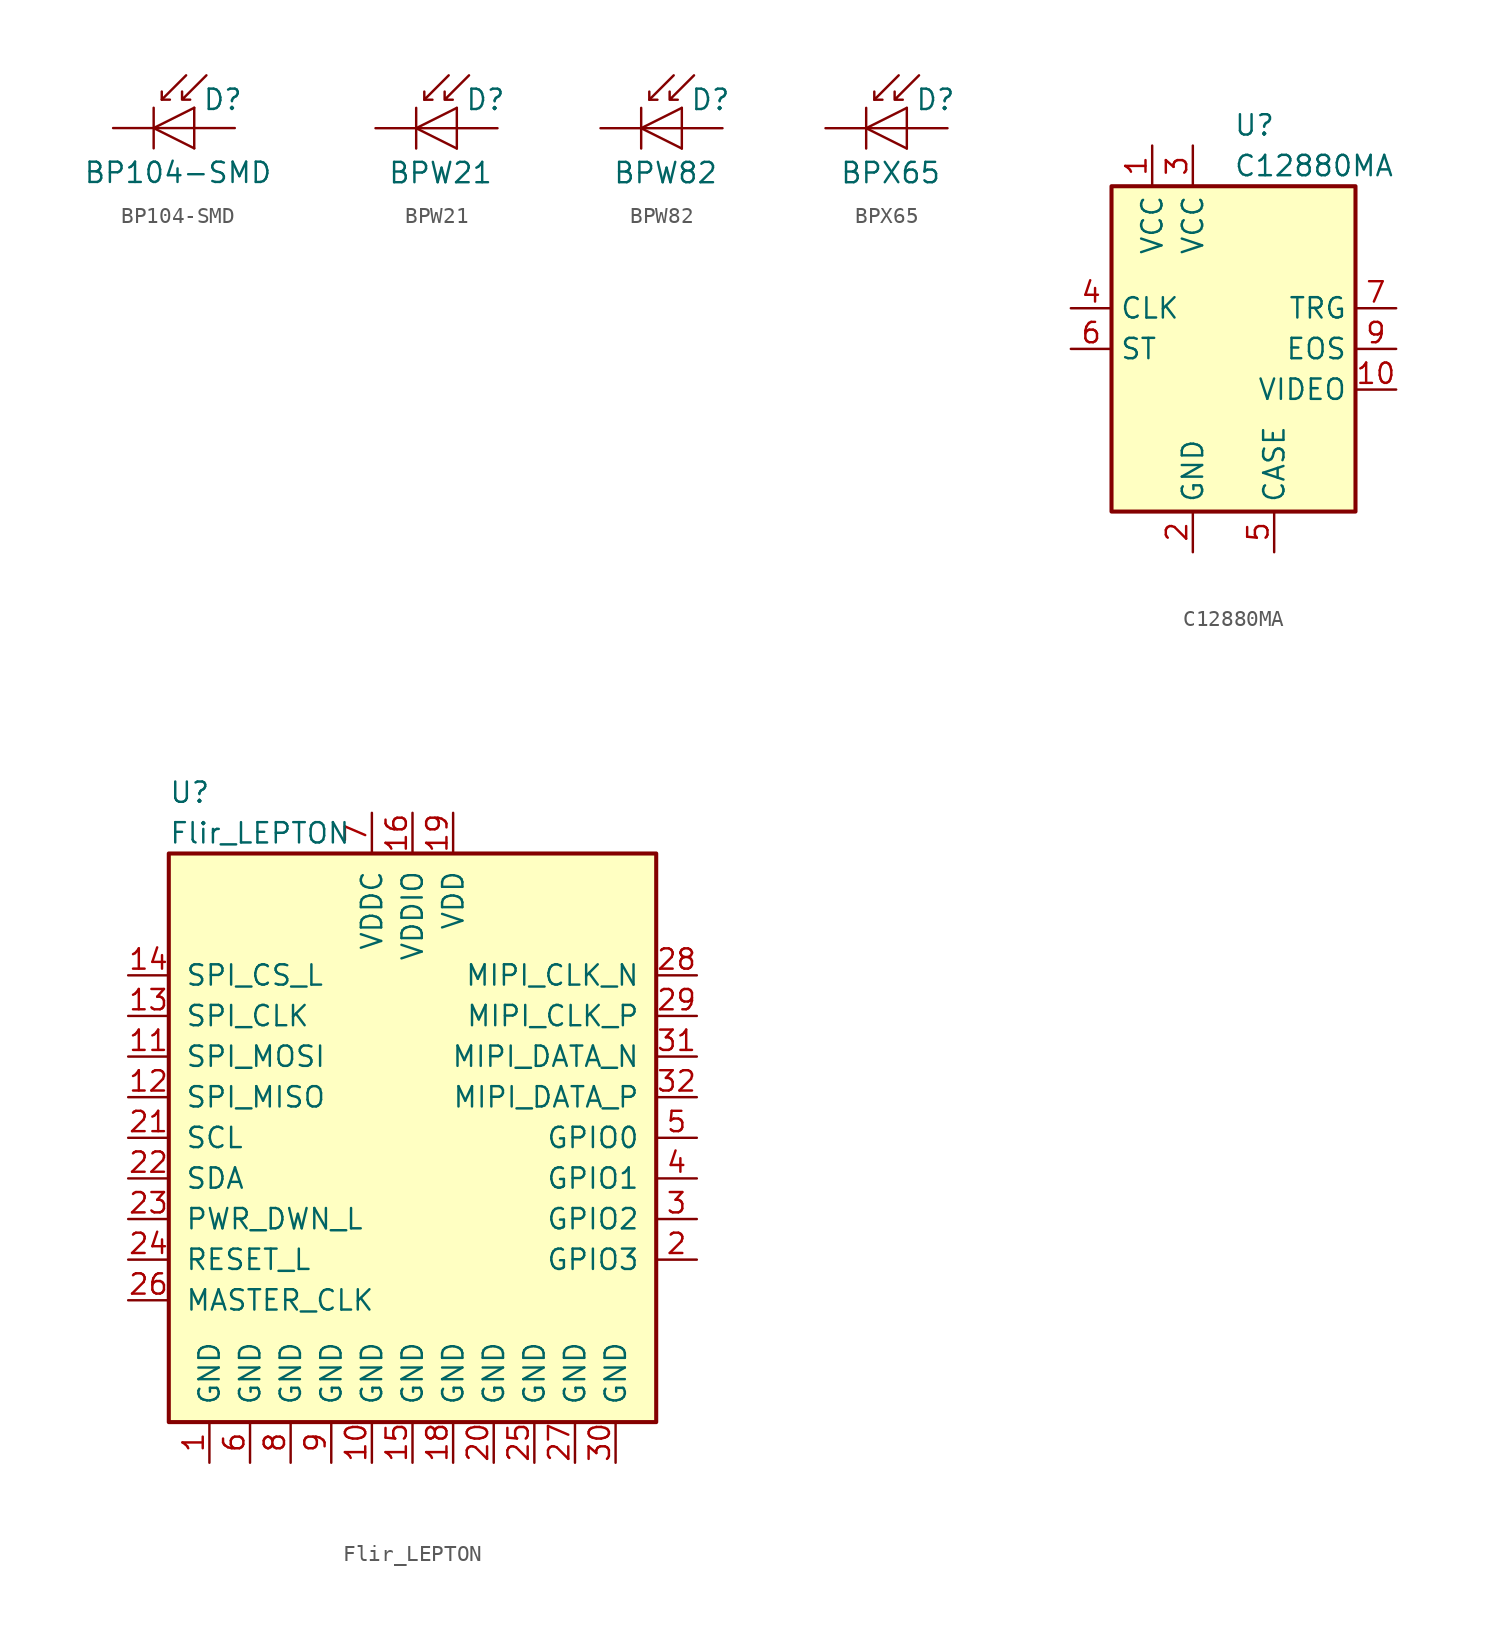
<source format=kicad_sym>
(kicad_symbol_lib
  (version 20231120)
  (generator "kicad_symbol_editor")
  (generator_version "8.0")
  (symbol "BP104-SMD"
    (pin_numbers hide)
    (pin_names
      (offset 1.016) hide)
    (property "Reference" "D"
      (at 0.508 1.778 0)
      (effects (font (size 1.27 1.27)) (justify left)))
    (property "Value" "BP104-SMD"
      (at -1.016 -2.794 0)
      (effects (font (size 1.27 1.27))))
    (symbol "BP104-SMD_0_1"
      (polyline (pts (xy -2.54 1.27) (xy -2.54 -1.27)) (stroke (width 0.152) (type default)) (fill (type none)))
      (polyline (pts (xy -2.032 1.778) (xy -1.524 1.778)) (stroke (width 0) (type default)) (fill (type none)))
      (polyline (pts (xy 0 -1.27) (xy 0 1.27)) (stroke (width 0) (type default)) (fill (type none)))
      (polyline (pts (xy 0 0) (xy -2.54 0)) (stroke (width 0) (type default)) (fill (type none)))
      (polyline (pts (xy -0.508 3.302) (xy -2.032 1.778) (xy -2.032 2.286)) (stroke (width 0) (type default)) (fill (type none)))
      (polyline (pts (xy 0 1.27) (xy -2.54 0) (xy 0 -1.27)) (stroke (width 0) (type default)) (fill (type none)))
      (polyline (pts (xy 0.762 3.302) (xy -0.762 1.778) (xy -0.762 2.286) (xy -0.762 1.778) (xy -0.254 1.778)) (stroke (width 0) (type default)) (fill (type none))))
    (symbol "BP104-SMD_1_1"
      (pin passive line (at -5.08 0 0) (length 2.54) (name "K" (effects (font (size 1.27 1.27)))) (number "1" (effects (font (size 1.27 1.27)))))
      (pin passive line (at 2.54 0 180) (length 2.54) (name "A" (effects (font (size 1.27 1.27)))) (number "2" (effects (font (size 1.27 1.27)))))))
  (symbol "BPW21"
    (pin_numbers hide)
    (pin_names hide)
    (property "Reference" "D"
      (at 0.508 1.778 0)
      (effects (font (size 1.27 1.27)) (justify left)))
    (property "Value" "BPW21"
      (at -1.016 -2.794 0)
      (effects (font (size 1.27 1.27))))
    (symbol "BPW21_0_1"
      (polyline (pts (xy -2.54 1.27) (xy -2.54 -1.27)) (stroke (width 0.152) (type default)) (fill (type none)))
      (polyline (pts (xy -2.032 1.778) (xy -1.524 1.778)) (stroke (width 0) (type default)) (fill (type none)))
      (polyline (pts (xy 0 0) (xy -2.54 0)) (stroke (width 0) (type default)) (fill (type none)))
      (polyline (pts (xy 0 1.27) (xy 0 -1.27)) (stroke (width 0) (type default)) (fill (type none)))
      (polyline (pts (xy -0.508 3.302) (xy -2.032 1.778) (xy -2.032 2.286)) (stroke (width 0) (type default)) (fill (type none)))
      (polyline (pts (xy 0 1.27) (xy -2.54 0) (xy 0 -1.27)) (stroke (width 0) (type default)) (fill (type none)))
      (polyline (pts (xy 0.762 3.302) (xy -0.762 1.778) (xy -0.762 2.286) (xy -0.762 1.778) (xy -0.254 1.778)) (stroke (width 0) (type default)) (fill (type none))))
    (symbol "BPW21_1_1"
      (pin passive line (at 2.54 0 180) (length 2.54) (name "A" (effects (font (size 1.27 1.27)))) (number "1" (effects (font (size 1.27 1.27)))))
      (pin passive line (at -5.08 0 0) (length 2.54) (name "K" (effects (font (size 1.27 1.27)))) (number "2" (effects (font (size 1.27 1.27)))))))
  (symbol "BPW82"
    (pin_numbers hide)
    (pin_names hide)
    (property "Reference" "D"
      (at 0.508 1.778 0)
      (effects (font (size 1.27 1.27)) (justify left)))
    (property "Value" "BPW82"
      (at -1.016 -2.794 0)
      (effects (font (size 1.27 1.27))))
    (symbol "BPW82_0_1"
      (polyline (pts (xy -2.54 1.27) (xy -2.54 -1.27)) (stroke (width 0.152) (type default)) (fill (type none)))
      (polyline (pts (xy -2.032 1.778) (xy -1.524 1.778)) (stroke (width 0) (type default)) (fill (type none)))
      (polyline (pts (xy 0 0) (xy -2.54 0)) (stroke (width 0) (type default)) (fill (type none)))
      (polyline (pts (xy 0 1.27) (xy 0 -1.27)) (stroke (width 0) (type default)) (fill (type none)))
      (polyline (pts (xy -0.508 3.302) (xy -2.032 1.778) (xy -2.032 2.286)) (stroke (width 0) (type default)) (fill (type none)))
      (polyline (pts (xy 0 1.27) (xy -2.54 0) (xy 0 -1.27)) (stroke (width 0) (type default)) (fill (type none)))
      (polyline (pts (xy 0.762 3.302) (xy -0.762 1.778) (xy -0.762 2.286) (xy -0.762 1.778) (xy -0.254 1.778)) (stroke (width 0) (type default)) (fill (type none))))
    (symbol "BPW82_1_1"
      (pin passive line (at -5.08 0 0) (length 2.54) (name "K" (effects (font (size 1.27 1.27)))) (number "1" (effects (font (size 1.27 1.27)))))
      (pin passive line (at 2.54 0 180) (length 2.54) (name "A" (effects (font (size 1.27 1.27)))) (number "2" (effects (font (size 1.27 1.27)))))))
  (symbol "BPX65"
    (pin_numbers hide)
    (pin_names
      (offset 1.016) hide)
    (property "Reference" "D"
      (at 0.508 1.778 0)
      (effects (font (size 1.27 1.27)) (justify left)))
    (property "Value" "BPX65"
      (at -1.016 -2.794 0)
      (effects (font (size 1.27 1.27))))
    (symbol "BPX65_0_1"
      (polyline (pts (xy -2.54 1.27) (xy -2.54 -1.27)) (stroke (width 0.152) (type default)) (fill (type none)))
      (polyline (pts (xy -2.032 1.778) (xy -1.524 1.778)) (stroke (width 0) (type default)) (fill (type none)))
      (polyline (pts (xy 0 -1.27) (xy 0 1.27)) (stroke (width 0) (type default)) (fill (type none)))
      (polyline (pts (xy 0 0) (xy -2.54 0)) (stroke (width 0) (type default)) (fill (type none)))
      (polyline (pts (xy -0.508 3.302) (xy -2.032 1.778) (xy -2.032 2.286)) (stroke (width 0) (type default)) (fill (type none)))
      (polyline (pts (xy 0 1.27) (xy -2.54 0) (xy 0 -1.27)) (stroke (width 0) (type default)) (fill (type none)))
      (polyline (pts (xy 0.762 3.302) (xy -0.762 1.778) (xy -0.762 2.286) (xy -0.762 1.778) (xy -0.254 1.778)) (stroke (width 0) (type default)) (fill (type none))))
    (symbol "BPX65_1_1"
      (pin passive line (at -5.08 0 0) (length 2.54) (name "K" (effects (font (size 1.27 1.27)))) (number "1" (effects (font (size 1.27 1.27)))))
      (pin passive line (at 2.54 0 180) (length 2.54) (name "A" (effects (font (size 1.27 1.27)))) (number "2" (effects (font (size 1.27 1.27)))))))
  (symbol "C12880MA"
    (property "Reference" "U"
      (at 0 13.97 0)
      (effects (font (size 1.27 1.27)) (justify left)))
    (property "Value" "C12880MA"
      (at 0 11.43 0)
      (effects (font (size 1.27 1.27)) (justify left)))
    (symbol "C12880MA_0_1"
      (rectangle (start -7.62 10.16) (end 7.62 -10.16) (stroke (width 0.254) (type default)) (fill (type background))))
    (symbol "C12880MA_1_1"
      (pin power_in line (at -5.08 12.7 270) (length 2.54) (name "VCC" (effects (font (size 1.27 1.27)))) (number "1" (effects (font (size 1.27 1.27)))))
      (pin output line (at 10.16 -2.54 180) (length 2.54) (name "VIDEO" (effects (font (size 1.27 1.27)))) (number "10" (effects (font (size 1.27 1.27)))))
      (pin power_in line (at -2.54 -12.7 90) (length 2.54) (name "GND" (effects (font (size 1.27 1.27)))) (number "2" (effects (font (size 1.27 1.27)))))
      (pin power_in line (at -2.54 12.7 270) (length 2.54) (name "VCC" (effects (font (size 1.27 1.27)))) (number "3" (effects (font (size 1.27 1.27)))))
      (pin input line (at -10.16 2.54 0) (length 2.54) (name "CLK" (effects (font (size 1.27 1.27)))) (number "4" (effects (font (size 1.27 1.27)))))
      (pin passive line (at 2.54 -12.7 90) (length 2.54) (name "CASE" (effects (font (size 1.27 1.27)))) (number "5" (effects (font (size 1.27 1.27)))))
      (pin input line (at -10.16 0 0) (length 2.54) (name "ST" (effects (font (size 1.27 1.27)))) (number "6" (effects (font (size 1.27 1.27)))))
      (pin output line (at 10.16 2.54 180) (length 2.54) (name "TRG" (effects (font (size 1.27 1.27)))) (number "7" (effects (font (size 1.27 1.27)))))
      (pin no_connect line (at -7.62 -2.54 0) (length 2.54) hide (name "NC" (effects (font (size 1.27 1.27)))) (number "8" (effects (font (size 1.27 1.27)))))
      (pin output line (at 10.16 0 180) (length 2.54) (name "EOS" (effects (font (size 1.27 1.27)))) (number "9" (effects (font (size 1.27 1.27)))))))
  (symbol "Flir_LEPTON"
    (pin_names
      (offset 1.016))
    (property "Reference" "U"
      (at -15.24 21.59 0)
      (effects (font (size 1.27 1.27)) (justify left)))
    (property "Value" "Flir_LEPTON"
      (at -15.24 19.05 0)
      (effects (font (size 1.27 1.27)) (justify left)))
    (symbol "Flir_LEPTON_0_1"
      (rectangle (start -15.24 17.78) (end 15.24 -17.78) (stroke (width 0.254) (type default)) (fill (type background))))
    (symbol "Flir_LEPTON_1_1"
      (pin power_in line (at -12.7 -20.32 90) (length 2.54) (name "GND" (effects (font (size 1.27 1.27)))) (number "1" (effects (font (size 1.27 1.27)))))
      (pin power_in line (at -2.54 -20.32 90) (length 2.54) (name "GND" (effects (font (size 1.27 1.27)))) (number "10" (effects (font (size 1.27 1.27)))))
      (pin input line (at -17.78 5.08 0) (length 2.54) (name "SPI_MOSI" (effects (font (size 1.27 1.27)))) (number "11" (effects (font (size 1.27 1.27)))))
      (pin output line (at -17.78 2.54 0) (length 2.54) (name "SPI_MISO" (effects (font (size 1.27 1.27)))) (number "12" (effects (font (size 1.27 1.27)))))
      (pin input line (at -17.78 7.62 0) (length 2.54) (name "SPI_CLK" (effects (font (size 1.27 1.27)))) (number "13" (effects (font (size 1.27 1.27)))))
      (pin input line (at -17.78 10.16 0) (length 2.54) (name "SPI_CS_L" (effects (font (size 1.27 1.27)))) (number "14" (effects (font (size 1.27 1.27)))))
      (pin power_in line (at 0 -20.32 90) (length 2.54) (name "GND" (effects (font (size 1.27 1.27)))) (number "15" (effects (font (size 1.27 1.27)))))
      (pin power_in line (at 0 20.32 270) (length 2.54) (name "VDDIO" (effects (font (size 1.27 1.27)))) (number "16" (effects (font (size 1.27 1.27)))))
      (pin no_connect line (at 15.24 -10.16 180) (length 2.54) hide (name "NC" (effects (font (size 1.27 1.27)))) (number "17" (effects (font (size 1.27 1.27)))))
      (pin power_in line (at 2.54 -20.32 90) (length 2.54) (name "GND" (effects (font (size 1.27 1.27)))) (number "18" (effects (font (size 1.27 1.27)))))
      (pin power_in line (at 2.54 20.32 270) (length 2.54) (name "VDD" (effects (font (size 1.27 1.27)))) (number "19" (effects (font (size 1.27 1.27)))))
      (pin bidirectional line (at 17.78 -7.62 180) (length 2.54) (name "GPIO3" (effects (font (size 1.27 1.27)))) (number "2" (effects (font (size 1.27 1.27)))))
      (pin power_in line (at 5.08 -20.32 90) (length 2.54) (name "GND" (effects (font (size 1.27 1.27)))) (number "20" (effects (font (size 1.27 1.27)))))
      (pin input line (at -17.78 0 0) (length 2.54) (name "SCL" (effects (font (size 1.27 1.27)))) (number "21" (effects (font (size 1.27 1.27)))))
      (pin bidirectional line (at -17.78 -2.54 0) (length 2.54) (name "SDA" (effects (font (size 1.27 1.27)))) (number "22" (effects (font (size 1.27 1.27)))))
      (pin input line (at -17.78 -5.08 0) (length 2.54) (name "PWR_DWN_L" (effects (font (size 1.27 1.27)))) (number "23" (effects (font (size 1.27 1.27)))))
      (pin input line (at -17.78 -7.62 0) (length 2.54) (name "RESET_L" (effects (font (size 1.27 1.27)))) (number "24" (effects (font (size 1.27 1.27)))))
      (pin power_in line (at 7.62 -20.32 90) (length 2.54) (name "GND" (effects (font (size 1.27 1.27)))) (number "25" (effects (font (size 1.27 1.27)))))
      (pin input line (at -17.78 -10.16 0) (length 2.54) (name "MASTER_CLK" (effects (font (size 1.27 1.27)))) (number "26" (effects (font (size 1.27 1.27)))))
      (pin power_in line (at 10.16 -20.32 90) (length 2.54) (name "GND" (effects (font (size 1.27 1.27)))) (number "27" (effects (font (size 1.27 1.27)))))
      (pin output line (at 17.78 10.16 180) (length 2.54) (name "MIPI_CLK_N" (effects (font (size 1.27 1.27)))) (number "28" (effects (font (size 1.27 1.27)))))
      (pin output line (at 17.78 7.62 180) (length 2.54) (name "MIPI_CLK_P" (effects (font (size 1.27 1.27)))) (number "29" (effects (font (size 1.27 1.27)))))
      (pin bidirectional line (at 17.78 -5.08 180) (length 2.54) (name "GPIO2" (effects (font (size 1.27 1.27)))) (number "3" (effects (font (size 1.27 1.27)))))
      (pin power_in line (at 12.7 -20.32 90) (length 2.54) (name "GND" (effects (font (size 1.27 1.27)))) (number "30" (effects (font (size 1.27 1.27)))))
      (pin output line (at 17.78 5.08 180) (length 2.54) (name "MIPI_DATA_N" (effects (font (size 1.27 1.27)))) (number "31" (effects (font (size 1.27 1.27)))))
      (pin output line (at 17.78 2.54 180) (length 2.54) (name "MIPI_DATA_P" (effects (font (size 1.27 1.27)))) (number "32" (effects (font (size 1.27 1.27)))))
      (pin bidirectional line (at 17.78 -2.54 180) (length 2.54) (name "GPIO1" (effects (font (size 1.27 1.27)))) (number "4" (effects (font (size 1.27 1.27)))))
      (pin bidirectional line (at 17.78 0 180) (length 2.54) (name "GPIO0" (effects (font (size 1.27 1.27)))) (number "5" (effects (font (size 1.27 1.27)))))
      (pin power_in line (at -10.16 -20.32 90) (length 2.54) (name "GND" (effects (font (size 1.27 1.27)))) (number "6" (effects (font (size 1.27 1.27)))))
      (pin power_in line (at -2.54 20.32 270) (length 2.54) (name "VDDC" (effects (font (size 1.27 1.27)))) (number "7" (effects (font (size 1.27 1.27)))))
      (pin power_in line (at -7.62 -20.32 90) (length 2.54) (name "GND" (effects (font (size 1.27 1.27)))) (number "8" (effects (font (size 1.27 1.27)))))
      (pin power_in line (at -5.08 -20.32 90) (length 2.54) (name "GND" (effects (font (size 1.27 1.27)))) (number "9" (effects (font (size 1.27 1.27))))))))
</source>
